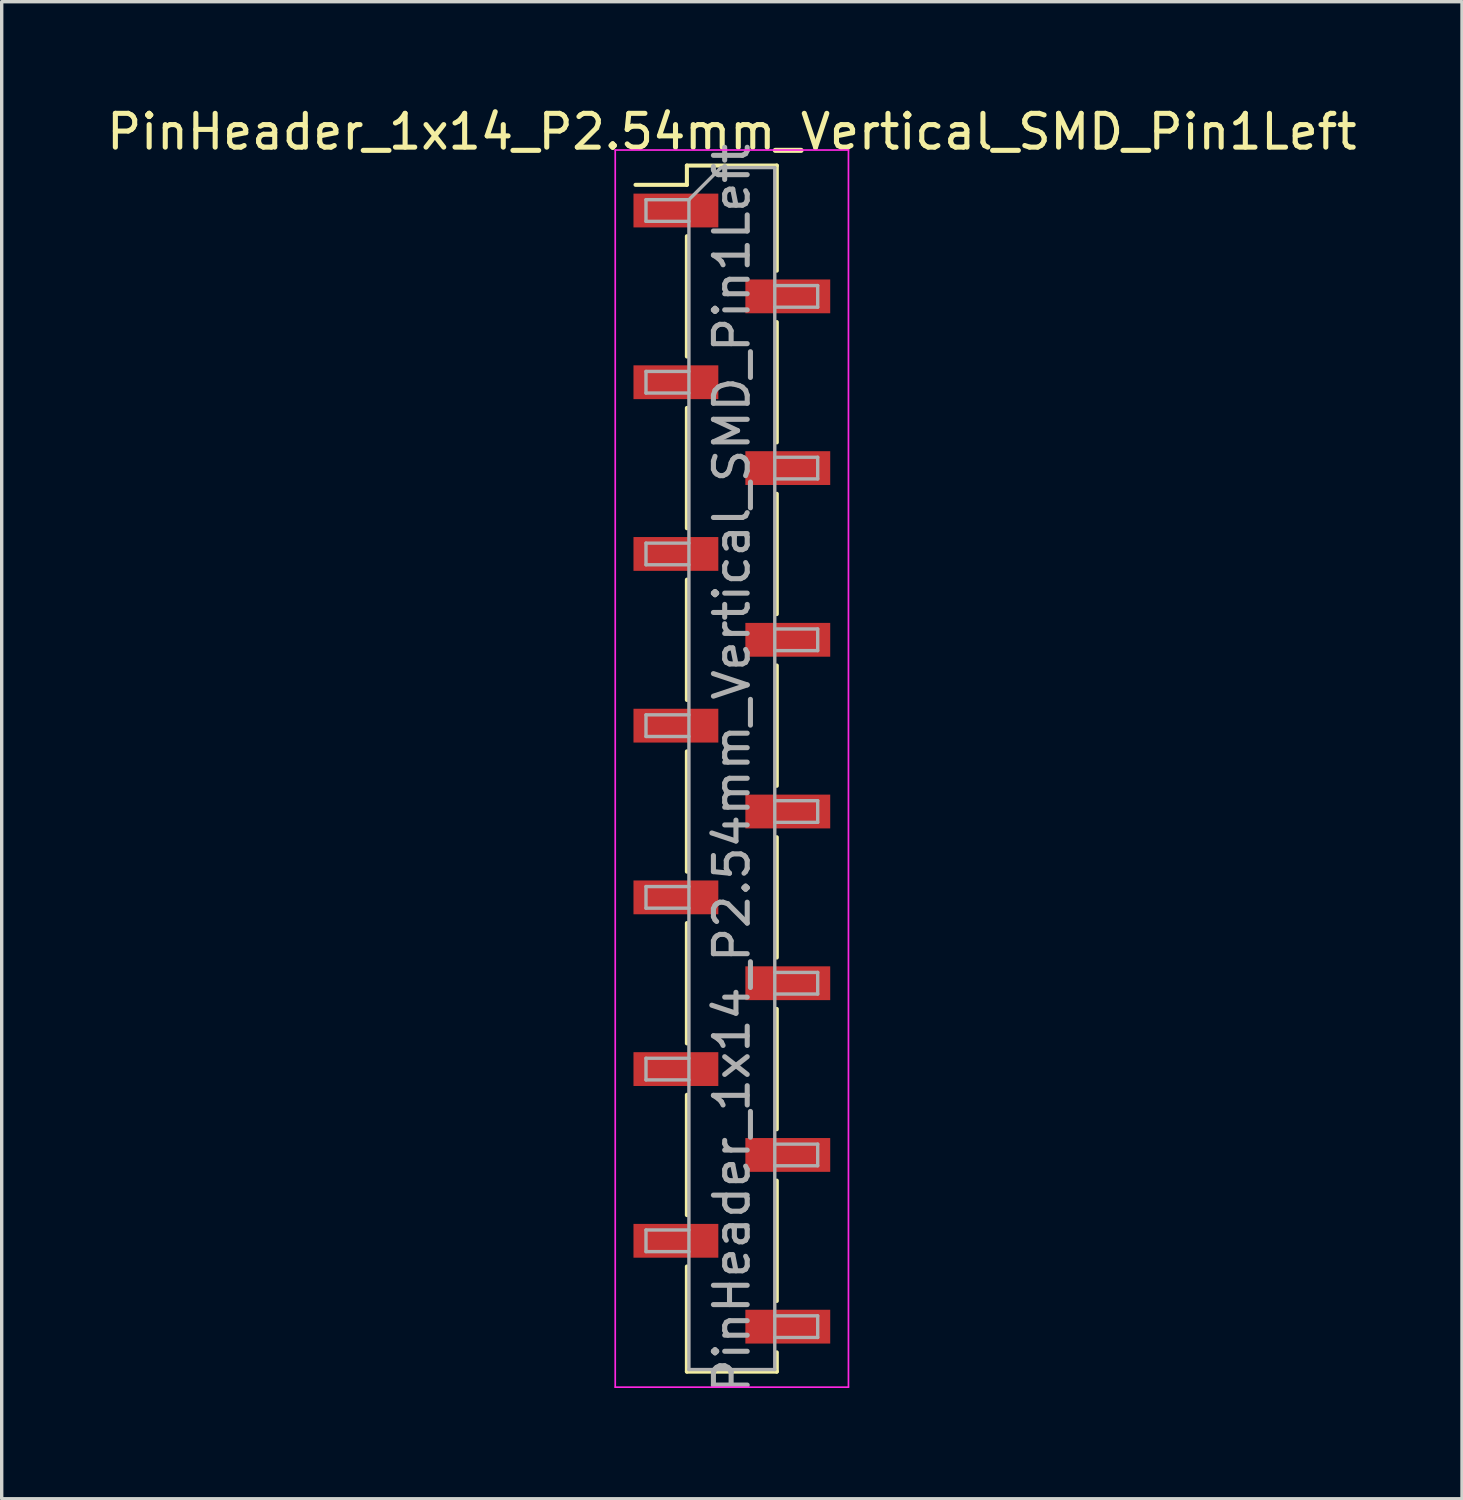
<source format=kicad_pcb>
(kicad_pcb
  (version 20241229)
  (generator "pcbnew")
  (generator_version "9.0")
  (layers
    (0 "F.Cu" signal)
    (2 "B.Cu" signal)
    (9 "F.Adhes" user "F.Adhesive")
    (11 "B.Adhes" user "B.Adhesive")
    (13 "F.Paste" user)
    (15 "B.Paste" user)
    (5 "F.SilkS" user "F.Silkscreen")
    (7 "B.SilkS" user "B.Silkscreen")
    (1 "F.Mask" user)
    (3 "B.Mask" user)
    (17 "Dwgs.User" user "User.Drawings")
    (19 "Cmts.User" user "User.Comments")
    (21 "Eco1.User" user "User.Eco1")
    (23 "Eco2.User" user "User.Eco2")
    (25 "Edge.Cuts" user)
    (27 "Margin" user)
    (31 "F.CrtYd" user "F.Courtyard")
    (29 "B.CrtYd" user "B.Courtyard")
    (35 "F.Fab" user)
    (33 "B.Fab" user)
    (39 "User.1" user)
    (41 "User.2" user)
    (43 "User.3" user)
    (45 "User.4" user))
  (footprint "PinHeader_1x14_P2.54mm_Vertical_SMD_Pin1Left"
    (layer "F.Cu")
    (at 18.601 19.688)
    (property "Reference" "PinHeader_1x14_P2.54mm_Vertical_SMD_Pin1Left" (at 0 -18.84 0) (layer "F.SilkS") (effects (font (size 1 1) (thickness 0.15))))
    (attr smd)
    (fp_line (start -1.33 -17.84) (end -1.33 -17.27) (stroke (width 0.12) (type solid)) (layer "F.SilkS"))
    (fp_line (start -1.33 -17.84) (end 1.33 -17.84) (stroke (width 0.12) (type solid)) (layer "F.SilkS"))
    (fp_line (start -1.33 -17.27) (end -2.85 -17.27) (stroke (width 0.12) (type solid)) (layer "F.SilkS"))
    (fp_line (start -1.33 -15.75) (end -1.33 -12.19) (stroke (width 0.12) (type solid)) (layer "F.SilkS"))
    (fp_line (start -1.33 -10.67) (end -1.33 -7.11) (stroke (width 0.12) (type solid)) (layer "F.SilkS"))
    (fp_line (start -1.33 -5.59) (end -1.33 -2.03) (stroke (width 0.12) (type solid)) (layer "F.SilkS"))
    (fp_line (start -1.33 -0.51) (end -1.33 3.05) (stroke (width 0.12) (type solid)) (layer "F.SilkS"))
    (fp_line (start -1.33 4.57) (end -1.33 8.13) (stroke (width 0.12) (type solid)) (layer "F.SilkS"))
    (fp_line (start -1.33 9.65) (end -1.33 13.21) (stroke (width 0.12) (type solid)) (layer "F.SilkS"))
    (fp_line (start -1.33 14.73) (end -1.33 17.84) (stroke (width 0.12) (type solid)) (layer "F.SilkS"))
    (fp_line (start -1.33 17.84) (end 1.33 17.84) (stroke (width 0.12) (type solid)) (layer "F.SilkS"))
    (fp_line (start 1.33 -17.84) (end 1.33 -14.73) (stroke (width 0.12) (type solid)) (layer "F.SilkS"))
    (fp_line (start 1.33 -13.21) (end 1.33 -9.65) (stroke (width 0.12) (type solid)) (layer "F.SilkS"))
    (fp_line (start 1.33 -8.13) (end 1.33 -4.57) (stroke (width 0.12) (type solid)) (layer "F.SilkS"))
    (fp_line (start 1.33 -3.05) (end 1.33 0.51) (stroke (width 0.12) (type solid)) (layer "F.SilkS"))
    (fp_line (start 1.33 2.03) (end 1.33 5.59) (stroke (width 0.12) (type solid)) (layer "F.SilkS"))
    (fp_line (start 1.33 7.11) (end 1.33 10.67) (stroke (width 0.12) (type solid)) (layer "F.SilkS"))
    (fp_line (start 1.33 12.19) (end 1.33 15.75) (stroke (width 0.12) (type solid)) (layer "F.SilkS"))
    (fp_line (start 1.33 17.27) (end 1.33 17.84) (stroke (width 0.12) (type solid)) (layer "F.SilkS"))
    (fp_line (start -3.45 -18.3) (end -3.45 18.3) (stroke (width 0.05) (type solid)) (layer "F.CrtYd"))
    (fp_line (start -3.45 18.3) (end 3.45 18.3) (stroke (width 0.05) (type solid)) (layer "F.CrtYd"))
    (fp_line (start 3.45 -18.3) (end -3.45 -18.3) (stroke (width 0.05) (type solid)) (layer "F.CrtYd"))
    (fp_line (start 3.45 18.3) (end 3.45 -18.3) (stroke (width 0.05) (type solid)) (layer "F.CrtYd"))
    (fp_line (start -2.54 -16.83) (end -2.54 -16.19) (stroke (width 0.1) (type solid)) (layer "F.Fab"))
    (fp_line (start -2.54 -16.19) (end -1.27 -16.19) (stroke (width 0.1) (type solid)) (layer "F.Fab"))
    (fp_line (start -2.54 -11.75) (end -2.54 -11.11) (stroke (width 0.1) (type solid)) (layer "F.Fab"))
    (fp_line (start -2.54 -11.11) (end -1.27 -11.11) (stroke (width 0.1) (type solid)) (layer "F.Fab"))
    (fp_line (start -2.54 -6.67) (end -2.54 -6.03) (stroke (width 0.1) (type solid)) (layer "F.Fab"))
    (fp_line (start -2.54 -6.03) (end -1.27 -6.03) (stroke (width 0.1) (type solid)) (layer "F.Fab"))
    (fp_line (start -2.54 -1.59) (end -2.54 -0.95) (stroke (width 0.1) (type solid)) (layer "F.Fab"))
    (fp_line (start -2.54 -0.95) (end -1.27 -0.95) (stroke (width 0.1) (type solid)) (layer "F.Fab"))
    (fp_line (start -2.54 3.49) (end -2.54 4.13) (stroke (width 0.1) (type solid)) (layer "F.Fab"))
    (fp_line (start -2.54 4.13) (end -1.27 4.13) (stroke (width 0.1) (type solid)) (layer "F.Fab"))
    (fp_line (start -2.54 8.57) (end -2.54 9.21) (stroke (width 0.1) (type solid)) (layer "F.Fab"))
    (fp_line (start -2.54 9.21) (end -1.27 9.21) (stroke (width 0.1) (type solid)) (layer "F.Fab"))
    (fp_line (start -2.54 13.65) (end -2.54 14.29) (stroke (width 0.1) (type solid)) (layer "F.Fab"))
    (fp_line (start -2.54 14.29) (end -1.27 14.29) (stroke (width 0.1) (type solid)) (layer "F.Fab"))
    (fp_line (start -1.27 -16.83) (end -2.54 -16.83) (stroke (width 0.1) (type solid)) (layer "F.Fab"))
    (fp_line (start -1.27 -16.83) (end -0.32 -17.78) (stroke (width 0.1) (type solid)) (layer "F.Fab"))
    (fp_line (start -1.27 -11.75) (end -2.54 -11.75) (stroke (width 0.1) (type solid)) (layer "F.Fab"))
    (fp_line (start -1.27 -6.67) (end -2.54 -6.67) (stroke (width 0.1) (type solid)) (layer "F.Fab"))
    (fp_line (start -1.27 -1.59) (end -2.54 -1.59) (stroke (width 0.1) (type solid)) (layer "F.Fab"))
    (fp_line (start -1.27 3.49) (end -2.54 3.49) (stroke (width 0.1) (type solid)) (layer "F.Fab"))
    (fp_line (start -1.27 8.57) (end -2.54 8.57) (stroke (width 0.1) (type solid)) (layer "F.Fab"))
    (fp_line (start -1.27 13.65) (end -2.54 13.65) (stroke (width 0.1) (type solid)) (layer "F.Fab"))
    (fp_line (start -1.27 17.78) (end -1.27 -16.83) (stroke (width 0.1) (type solid)) (layer "F.Fab"))
    (fp_line (start -0.32 -17.78) (end 1.27 -17.78) (stroke (width 0.1) (type solid)) (layer "F.Fab"))
    (fp_line (start 1.27 -17.78) (end 1.27 17.78) (stroke (width 0.1) (type solid)) (layer "F.Fab"))
    (fp_line (start 1.27 -14.29) (end 2.54 -14.29) (stroke (width 0.1) (type solid)) (layer "F.Fab"))
    (fp_line (start 1.27 -9.21) (end 2.54 -9.21) (stroke (width 0.1) (type solid)) (layer "F.Fab"))
    (fp_line (start 1.27 -4.13) (end 2.54 -4.13) (stroke (width 0.1) (type solid)) (layer "F.Fab"))
    (fp_line (start 1.27 0.95) (end 2.54 0.95) (stroke (width 0.1) (type solid)) (layer "F.Fab"))
    (fp_line (start 1.27 6.03) (end 2.54 6.03) (stroke (width 0.1) (type solid)) (layer "F.Fab"))
    (fp_line (start 1.27 11.11) (end 2.54 11.11) (stroke (width 0.1) (type solid)) (layer "F.Fab"))
    (fp_line (start 1.27 16.19) (end 2.54 16.19) (stroke (width 0.1) (type solid)) (layer "F.Fab"))
    (fp_line (start 1.27 17.78) (end -1.27 17.78) (stroke (width 0.1) (type solid)) (layer "F.Fab"))
    (fp_line (start 2.54 -14.29) (end 2.54 -13.65) (stroke (width 0.1) (type solid)) (layer "F.Fab"))
    (fp_line (start 2.54 -13.65) (end 1.27 -13.65) (stroke (width 0.1) (type solid)) (layer "F.Fab"))
    (fp_line (start 2.54 -9.21) (end 2.54 -8.57) (stroke (width 0.1) (type solid)) (layer "F.Fab"))
    (fp_line (start 2.54 -8.57) (end 1.27 -8.57) (stroke (width 0.1) (type solid)) (layer "F.Fab"))
    (fp_line (start 2.54 -4.13) (end 2.54 -3.49) (stroke (width 0.1) (type solid)) (layer "F.Fab"))
    (fp_line (start 2.54 -3.49) (end 1.27 -3.49) (stroke (width 0.1) (type solid)) (layer "F.Fab"))
    (fp_line (start 2.54 0.95) (end 2.54 1.59) (stroke (width 0.1) (type solid)) (layer "F.Fab"))
    (fp_line (start 2.54 1.59) (end 1.27 1.59) (stroke (width 0.1) (type solid)) (layer "F.Fab"))
    (fp_line (start 2.54 6.03) (end 2.54 6.67) (stroke (width 0.1) (type solid)) (layer "F.Fab"))
    (fp_line (start 2.54 6.67) (end 1.27 6.67) (stroke (width 0.1) (type solid)) (layer "F.Fab"))
    (fp_line (start 2.54 11.11) (end 2.54 11.75) (stroke (width 0.1) (type solid)) (layer "F.Fab"))
    (fp_line (start 2.54 11.75) (end 1.27 11.75) (stroke (width 0.1) (type solid)) (layer "F.Fab"))
    (fp_line (start 2.54 16.19) (end 2.54 16.83) (stroke (width 0.1) (type solid)) (layer "F.Fab"))
    (fp_line (start 2.54 16.83) (end 1.27 16.83) (stroke (width 0.1) (type solid)) (layer "F.Fab"))
    (fp_text user "${REFERENCE}" (at 0 0 90) (layer "F.Fab") (effects (font (size 1 1) (thickness 0.15))))
    (pad "1" smd rect (at -1.655 -16.51) (size 2.51 1) (layers "F.Cu" "F.Mask" "F.Paste"))
    (pad "2" smd rect (at 1.655 -13.97) (size 2.51 1) (layers "F.Cu" "F.Mask" "F.Paste"))
    (pad "3" smd rect (at -1.655 -11.43) (size 2.51 1) (layers "F.Cu" "F.Mask" "F.Paste"))
    (pad "4" smd rect (at 1.655 -8.89) (size 2.51 1) (layers "F.Cu" "F.Mask" "F.Paste"))
    (pad "5" smd rect (at -1.655 -6.35) (size 2.51 1) (layers "F.Cu" "F.Mask" "F.Paste"))
    (pad "6" smd rect (at 1.655 -3.81) (size 2.51 1) (layers "F.Cu" "F.Mask" "F.Paste"))
    (pad "7" smd rect (at -1.655 -1.27) (size 2.51 1) (layers "F.Cu" "F.Mask" "F.Paste"))
    (pad "8" smd rect (at 1.655 1.27) (size 2.51 1) (layers "F.Cu" "F.Mask" "F.Paste"))
    (pad "9" smd rect (at -1.655 3.81) (size 2.51 1) (layers "F.Cu" "F.Mask" "F.Paste"))
    (pad "10" smd rect (at 1.655 6.35) (size 2.51 1) (layers "F.Cu" "F.Mask" "F.Paste"))
    (pad "11" smd rect (at -1.655 8.89) (size 2.51 1) (layers "F.Cu" "F.Mask" "F.Paste"))
    (pad "12" smd rect (at 1.655 11.43) (size 2.51 1) (layers "F.Cu" "F.Mask" "F.Paste"))
    (pad "13" smd rect (at -1.655 13.97) (size 2.51 1) (layers "F.Cu" "F.Mask" "F.Paste"))
    (pad "14" smd rect (at 1.655 16.51) (size 2.51 1) (layers "F.Cu" "F.Mask" "F.Paste")))
  (gr_rect
    (start -3 -3)
    (end 40.202 41.289)
    (stroke (width 0.1) (type default))
    (fill no)
    (layer "Edge.Cuts")))
</source>
